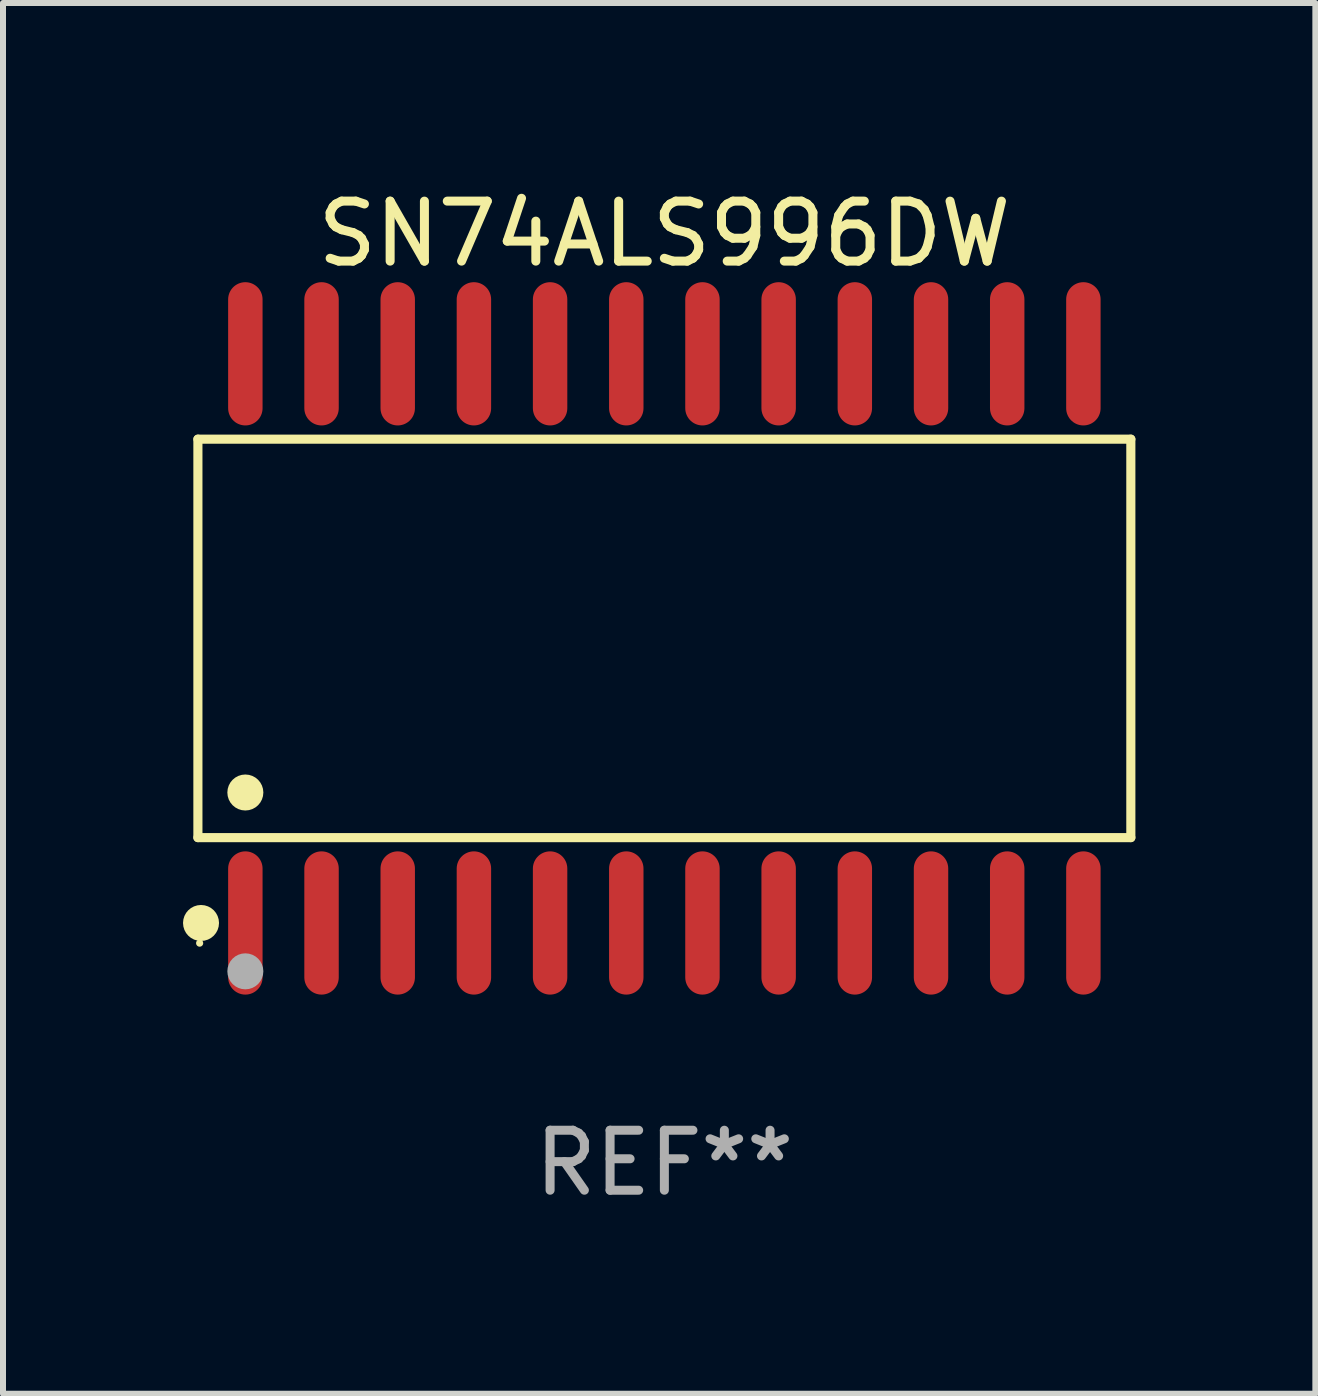
<source format=kicad_pcb>
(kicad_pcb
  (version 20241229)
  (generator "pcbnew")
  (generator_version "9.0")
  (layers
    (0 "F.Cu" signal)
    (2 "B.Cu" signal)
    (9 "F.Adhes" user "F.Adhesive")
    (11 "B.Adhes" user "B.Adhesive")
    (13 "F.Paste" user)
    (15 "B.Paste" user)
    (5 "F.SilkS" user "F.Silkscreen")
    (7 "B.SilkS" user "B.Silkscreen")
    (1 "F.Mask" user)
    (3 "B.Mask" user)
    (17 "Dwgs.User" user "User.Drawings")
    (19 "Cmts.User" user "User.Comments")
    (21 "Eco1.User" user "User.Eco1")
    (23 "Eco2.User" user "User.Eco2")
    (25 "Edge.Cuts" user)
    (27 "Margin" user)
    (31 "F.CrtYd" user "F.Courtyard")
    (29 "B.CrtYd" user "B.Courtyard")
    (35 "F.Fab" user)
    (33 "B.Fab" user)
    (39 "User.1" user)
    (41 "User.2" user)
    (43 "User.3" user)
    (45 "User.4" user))
  (footprint "SN74ALS996DW"
    (layer "F.Cu")
    (at 8.025 7.592)
    (property "Reference" "SN74ALS996DW" (at 0 -6.744 0) (layer "F.SilkS") (effects (font (size 1 1) (thickness 0.15))))
    (attr through_hole)
    (fp_line (start -7.776 -3.321) (end 7.776 -3.321) (stroke (width 0.152) (type solid)) (layer "F.SilkS"))
    (fp_line (start -7.776 3.321) (end -7.776 -3.321) (stroke (width 0.152) (type solid)) (layer "F.SilkS"))
    (fp_line (start 7.776 -3.321) (end 7.776 3.321) (stroke (width 0.152) (type solid)) (layer "F.SilkS"))
    (fp_line (start 7.776 3.321) (end -7.776 3.321) (stroke (width 0.152) (type solid)) (layer "F.SilkS"))
    (fp_circle (center -7.747 5.08) (end -7.717 5.08) (stroke (width 0.06) (type solid)) (fill no) (layer "F.SilkS"))
    (fp_circle (center -7.724 4.744) (end -7.574 4.744) (stroke (width 0.3) (type solid)) (fill no) (layer "F.SilkS"))
    (fp_circle (center -6.985 2.569) (end -6.835 2.569) (stroke (width 0.3) (type solid)) (fill no) (layer "F.SilkS"))
    (fp_circle (center -6.985 5.55) (end -6.835 5.55) (stroke (width 0.3) (type solid)) (fill no) (layer "F.Fab"))
    (fp_text user "REF**" (at 0 8.744 0) (layer "F.Fab") (effects (font (size 1 1) (thickness 0.15))))
    (pad "1" smd oval (at -6.985 4.744) (size 0.574 2.388) (layers "F.Cu" "F.Mask" "F.Paste"))
    (pad "2" smd oval (at -5.715 4.744) (size 0.574 2.388) (layers "F.Cu" "F.Mask" "F.Paste"))
    (pad "3" smd oval (at -4.445 4.744) (size 0.574 2.388) (layers "F.Cu" "F.Mask" "F.Paste"))
    (pad "4" smd oval (at -3.175 4.744) (size 0.574 2.388) (layers "F.Cu" "F.Mask" "F.Paste"))
    (pad "5" smd oval (at -1.905 4.744) (size 0.574 2.388) (layers "F.Cu" "F.Mask" "F.Paste"))
    (pad "6" smd oval (at -0.635 4.744) (size 0.574 2.388) (layers "F.Cu" "F.Mask" "F.Paste"))
    (pad "7" smd oval (at 0.635 4.744) (size 0.574 2.388) (layers "F.Cu" "F.Mask" "F.Paste"))
    (pad "8" smd oval (at 1.905 4.744) (size 0.574 2.388) (layers "F.Cu" "F.Mask" "F.Paste"))
    (pad "9" smd oval (at 3.175 4.744) (size 0.574 2.388) (layers "F.Cu" "F.Mask" "F.Paste"))
    (pad "10" smd oval (at 4.445 4.744) (size 0.574 2.388) (layers "F.Cu" "F.Mask" "F.Paste"))
    (pad "11" smd oval (at 5.715 4.744) (size 0.574 2.388) (layers "F.Cu" "F.Mask" "F.Paste"))
    (pad "12" smd oval (at 6.985 4.744) (size 0.574 2.388) (layers "F.Cu" "F.Mask" "F.Paste"))
    (pad "13" smd oval (at 6.985 -4.744) (size 0.574 2.388) (layers "F.Cu" "F.Mask" "F.Paste"))
    (pad "14" smd oval (at 5.715 -4.744) (size 0.574 2.388) (layers "F.Cu" "F.Mask" "F.Paste"))
    (pad "15" smd oval (at 4.445 -4.744) (size 0.574 2.388) (layers "F.Cu" "F.Mask" "F.Paste"))
    (pad "16" smd oval (at 3.175 -4.744) (size 0.574 2.388) (layers "F.Cu" "F.Mask" "F.Paste"))
    (pad "17" smd oval (at 1.905 -4.744) (size 0.574 2.388) (layers "F.Cu" "F.Mask" "F.Paste"))
    (pad "18" smd oval (at 0.635 -4.744) (size 0.574 2.388) (layers "F.Cu" "F.Mask" "F.Paste"))
    (pad "19" smd oval (at -0.635 -4.744) (size 0.574 2.388) (layers "F.Cu" "F.Mask" "F.Paste"))
    (pad "20" smd oval (at -1.905 -4.744) (size 0.574 2.388) (layers "F.Cu" "F.Mask" "F.Paste"))
    (pad "21" smd oval (at -3.175 -4.744) (size 0.574 2.388) (layers "F.Cu" "F.Mask" "F.Paste"))
    (pad "22" smd oval (at -4.445 -4.744) (size 0.574 2.388) (layers "F.Cu" "F.Mask" "F.Paste"))
    (pad "23" smd oval (at -5.715 -4.744) (size 0.574 2.388) (layers "F.Cu" "F.Mask" "F.Paste"))
    (pad "24" smd oval (at -6.985 -4.744) (size 0.574 2.388) (layers "F.Cu" "F.Mask" "F.Paste")))
  (gr_rect
    (start -3 -3)
    (end 18.877 20.184)
    (stroke (width 0.1) (type default))
    (fill no)
    (layer "Edge.Cuts")))
</source>
